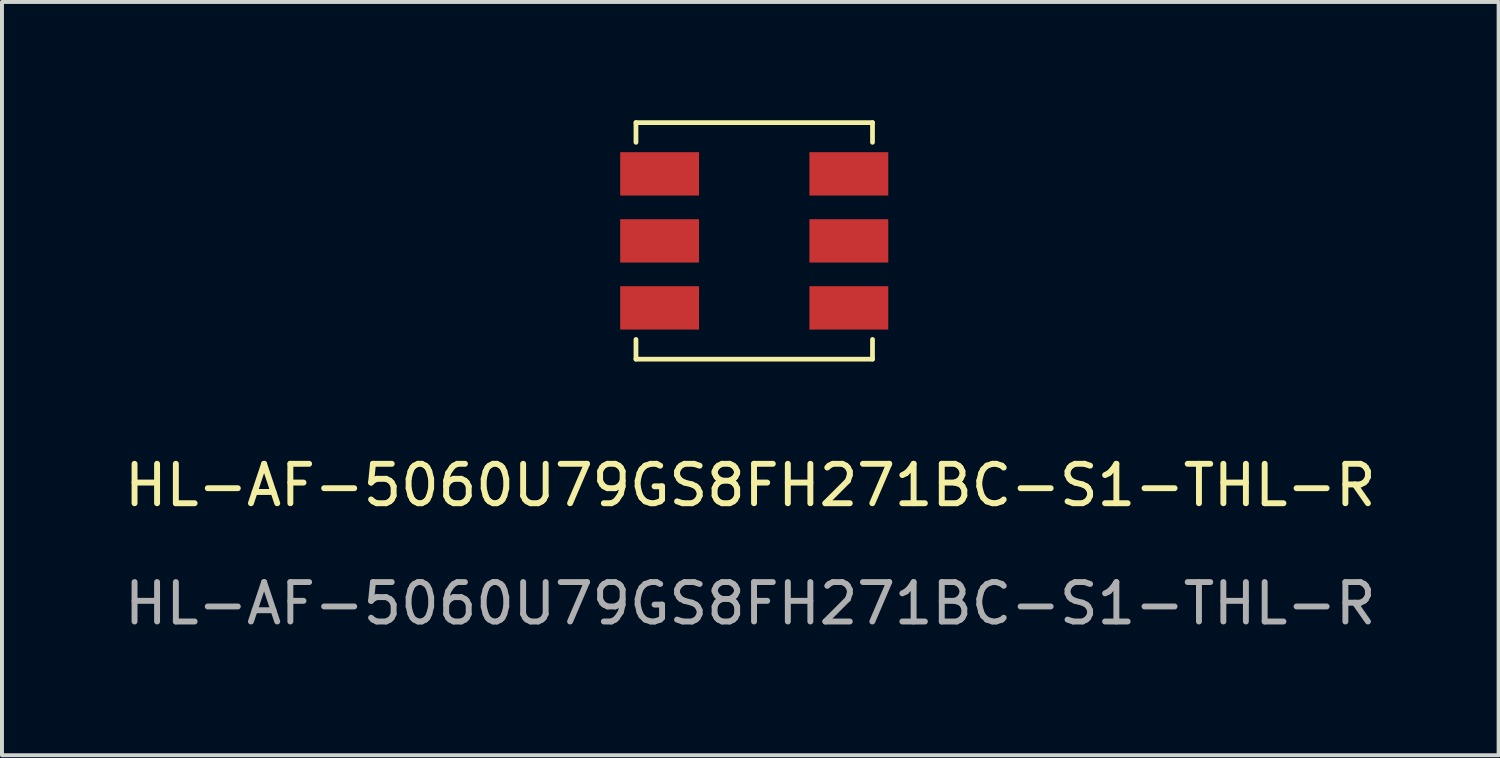
<source format=kicad_pcb>
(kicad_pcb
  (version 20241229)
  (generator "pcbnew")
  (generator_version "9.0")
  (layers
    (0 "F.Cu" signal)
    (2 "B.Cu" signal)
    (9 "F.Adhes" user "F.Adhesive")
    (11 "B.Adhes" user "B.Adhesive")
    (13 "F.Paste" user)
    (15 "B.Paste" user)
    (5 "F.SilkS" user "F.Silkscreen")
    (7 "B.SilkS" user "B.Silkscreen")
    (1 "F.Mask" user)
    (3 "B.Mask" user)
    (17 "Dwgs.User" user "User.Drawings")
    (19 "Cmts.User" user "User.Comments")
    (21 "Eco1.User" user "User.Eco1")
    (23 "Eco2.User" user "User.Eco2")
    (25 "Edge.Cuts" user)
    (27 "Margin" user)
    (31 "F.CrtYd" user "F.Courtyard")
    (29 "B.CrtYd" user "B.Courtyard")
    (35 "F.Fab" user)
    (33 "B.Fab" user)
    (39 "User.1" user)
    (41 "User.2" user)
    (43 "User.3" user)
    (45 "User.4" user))
  (footprint "HL-AF-5060U79GS8FH271BC-S1-THL-R"
    (layer "F.Cu")
    (at 16.082 3.06)
    (property "Reference" "HL-AF-5060U79GS8FH271BC-S1-THL-R" (at -0.1 6.2 0) (unlocked yes) (layer "F.SilkS") (effects (font (size 1 1) (thickness 0.15))))
    (attr smd)
    (fp_line (start -3 -3) (end 3 -3) (stroke (width 0.12) (type solid)) (layer "F.SilkS"))
    (fp_line (start -3 -2.5) (end -3 -3) (stroke (width 0.12) (type solid)) (layer "F.SilkS"))
    (fp_line (start -3 2.5) (end -3 3) (stroke (width 0.12) (type solid)) (layer "F.SilkS"))
    (fp_line (start -3 3) (end 3 3) (stroke (width 0.12) (type solid)) (layer "F.SilkS"))
    (fp_line (start 3 -3) (end 3 -2.5) (stroke (width 0.12) (type solid)) (layer "F.SilkS"))
    (fp_line (start 3 3) (end 3 2.5) (stroke (width 0.12) (type solid)) (layer "F.SilkS"))
    (fp_text user "${REFERENCE}" (at -0.1 9.2 0) (unlocked yes) (layer "F.Fab") (effects (font (size 1 1) (thickness 0.15))))
    (pad "1" smd rect (at -2.4 -1.7) (size 2 1.1) (layers "F.Cu" "F.Mask" "F.Paste"))
    (pad "2" smd rect (at -2.4 0) (size 2 1.1) (layers "F.Cu" "F.Mask" "F.Paste"))
    (pad "3" smd rect (at -2.4 1.7) (size 2 1.1) (layers "F.Cu" "F.Mask" "F.Paste"))
    (pad "4" smd rect (at 2.4 1.7) (size 2 1.1) (layers "F.Cu" "F.Mask" "F.Paste"))
    (pad "5" smd rect (at 2.4 0) (size 2 1.1) (layers "F.Cu" "F.Mask" "F.Paste"))
    (pad "6" smd rect (at 2.4 -1.7) (size 2 1.1) (layers "F.Cu" "F.Mask" "F.Paste")))
  (gr_rect
    (start -3 -3)
    (end 34.964 16.108)
    (stroke (width 0.1) (type default))
    (fill no)
    (layer "Edge.Cuts")))
</source>
